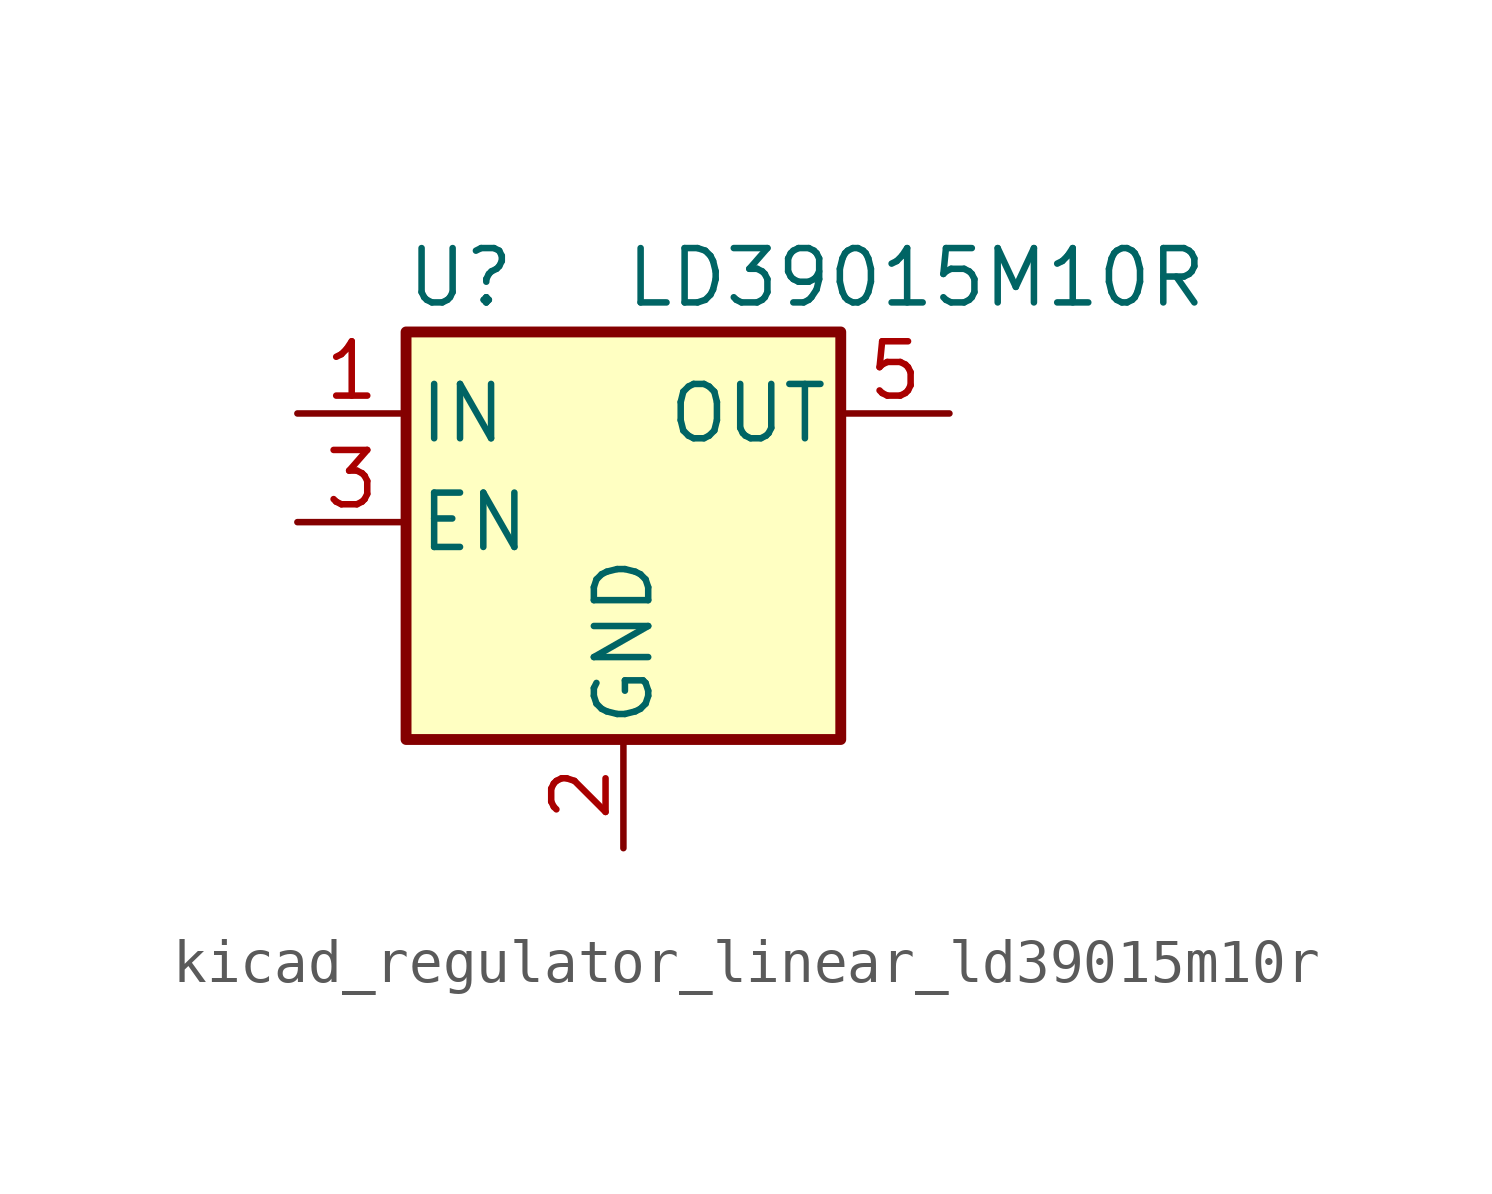
<source format=kicad_sym>
(kicad_symbol_lib
  (version 20220914)
  (generator kicad_symbol_editor)
  (symbol "kicad_regulator_linear_ld39015m10r"
    (pin_names
      (offset 0.254))
    (property "Reference" "U"
      (at -3.81 5.715 0)
      (effects (font (size 1.27 1.27))))
    (property "Value" "LD39015M10R"
      (at 0 5.715 0)
      (effects (font (size 1.27 1.27)) (justify left)))
    (symbol "kicad_regulator_linear_ld39015m10r_0_1"
      (rectangle (start -5.08 4.445) (end 5.08 -5.08) (stroke (width 0.254) (type default)) (fill (type background))))
    (symbol "kicad_regulator_linear_ld39015m10r_1_1"
      (pin power_in line (at -7.62 2.54 0) (length 2.54) (name "IN" (effects (font (size 1.27 1.27)))) (number "1" (effects (font (size 1.27 1.27)))))
      (pin power_in line (at 0 -7.62 90) (length 2.54) (name "GND" (effects (font (size 1.27 1.27)))) (number "2" (effects (font (size 1.27 1.27)))))
      (pin input line (at -7.62 0 0) (length 2.54) (name "EN" (effects (font (size 1.27 1.27)))) (number "3" (effects (font (size 1.27 1.27)))))
      (pin no_connect line (at 5.08 0 180) (length 2.54) hide (name "NC" (effects (font (size 1.27 1.27)))) (number "4" (effects (font (size 1.27 1.27)))))
      (pin power_out line (at 7.62 2.54 180) (length 2.54) (name "OUT" (effects (font (size 1.27 1.27)))) (number "5" (effects (font (size 1.27 1.27))))))))
</source>
